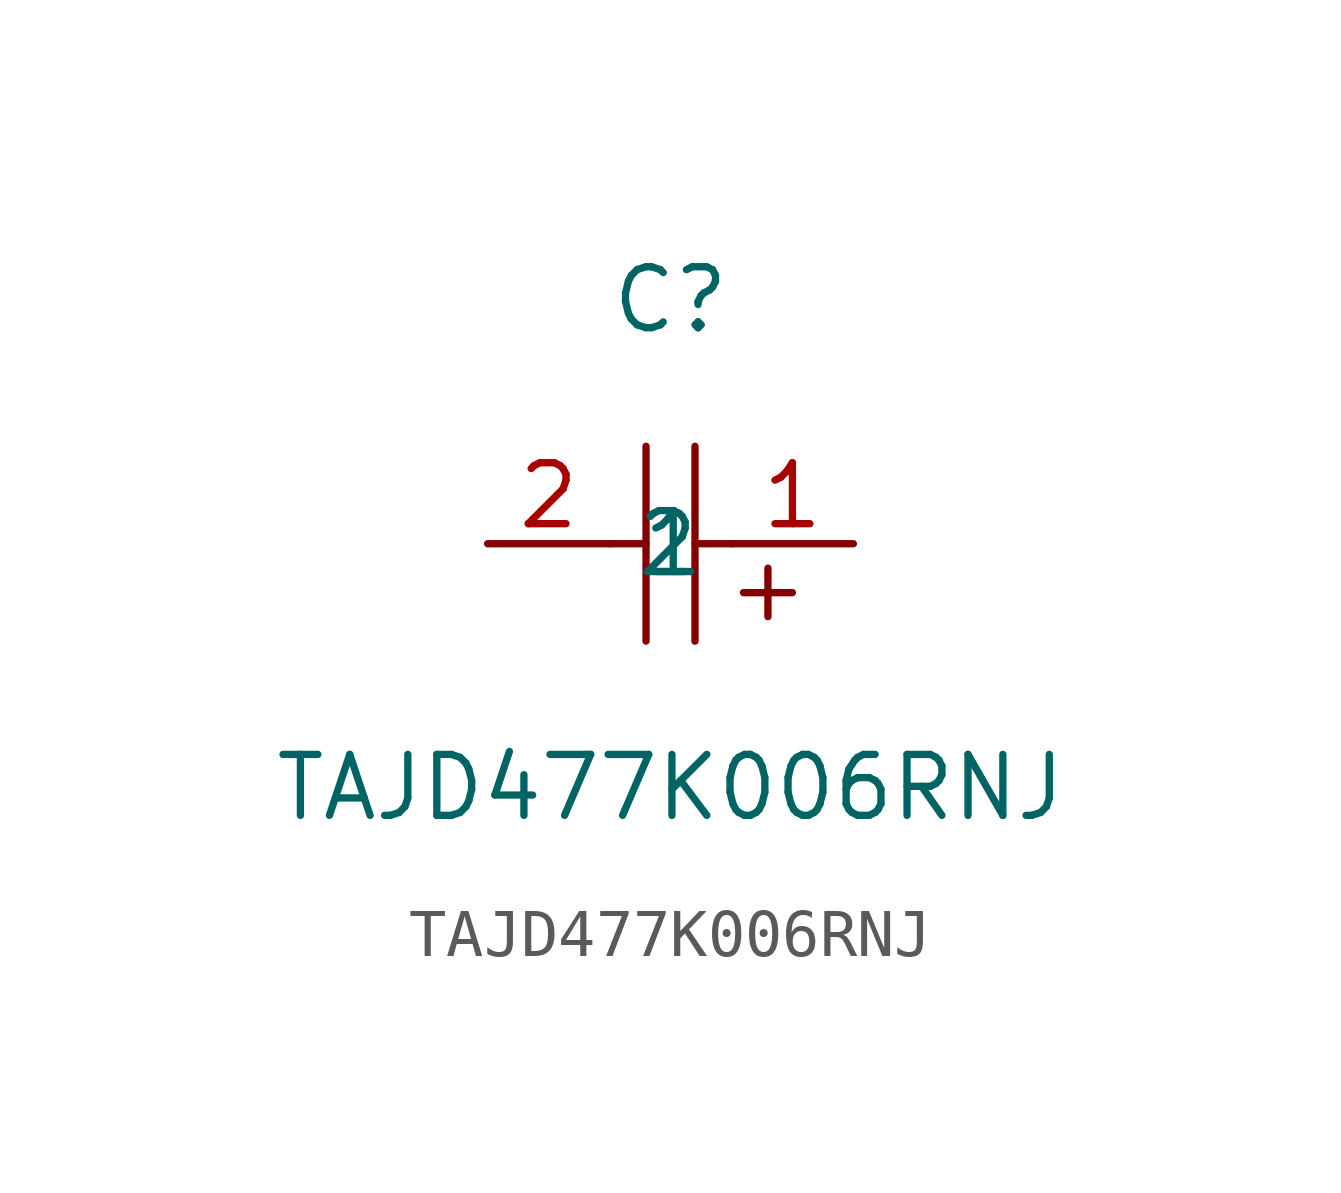
<source format=kicad_sym>
(kicad_symbol_lib
  (version 1)
  (generator "faebryk")
  (symbol "TAJD477K006RNJ"
    (property "Reference" "C"
      (at 0 5.08 0)
      (effects (font (size 1.27 1.27)) (hide no)))
    (property "Value" "TAJD477K006RNJ"
      (at 0 -5.08 0)
      (effects (font (size 1.27 1.27)) (hide no)))
    (symbol "TAJD477K006RNJ_0_1"
      (polyline (stroke (width 0) (type default) (color 0 0 0 0)) (fill (type none)) (pts (xy 0.51 -2.03) (xy 0.51 2.03)))
      (polyline (stroke (width 0) (type default) (color 0 0 0 0)) (fill (type none)) (pts (xy -0.51 -2.03) (xy -0.51 2.03)))
      (polyline (stroke (width 0) (type default) (color 0 0 0 0)) (fill (type none)) (pts (xy 1.27 0) (xy 0.51 0)))
      (polyline (stroke (width 0) (type default) (color 0 0 0 0)) (fill (type none)) (pts (xy -0.51 0) (xy -1.27 0)))
      (polyline (stroke (width 0) (type default) (color 0 0 0 0)) (fill (type none)) (pts (xy 2.54 -1.02) (xy 1.52 -1.02)))
      (polyline (stroke (width 0) (type default) (color 0 0 0 0)) (fill (type none)) (pts (xy 2.03 -1.52) (xy 2.03 -0.51)))
      (pin input line (at 3.81 0 180) (length 2.54) (name "1" (effects (font (size 1.27 1.27)) (hide no))) (number "1" (effects (font (size 1.27 1.27)) (hide no))))
      (pin input line (at -3.81 0 0) (length 2.54) (name "2" (effects (font (size 1.27 1.27)) (hide no))) (number "2" (effects (font (size 1.27 1.27)) (hide no)))))))
</source>
